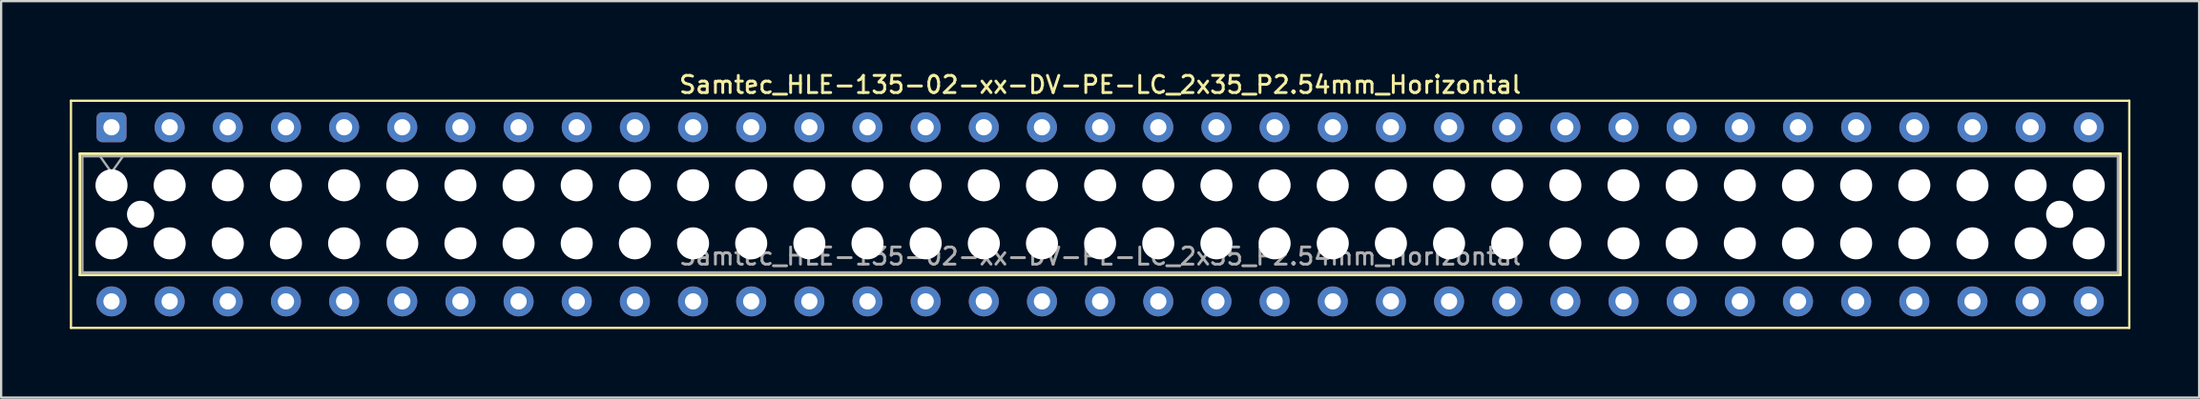
<source format=kicad_pcb>
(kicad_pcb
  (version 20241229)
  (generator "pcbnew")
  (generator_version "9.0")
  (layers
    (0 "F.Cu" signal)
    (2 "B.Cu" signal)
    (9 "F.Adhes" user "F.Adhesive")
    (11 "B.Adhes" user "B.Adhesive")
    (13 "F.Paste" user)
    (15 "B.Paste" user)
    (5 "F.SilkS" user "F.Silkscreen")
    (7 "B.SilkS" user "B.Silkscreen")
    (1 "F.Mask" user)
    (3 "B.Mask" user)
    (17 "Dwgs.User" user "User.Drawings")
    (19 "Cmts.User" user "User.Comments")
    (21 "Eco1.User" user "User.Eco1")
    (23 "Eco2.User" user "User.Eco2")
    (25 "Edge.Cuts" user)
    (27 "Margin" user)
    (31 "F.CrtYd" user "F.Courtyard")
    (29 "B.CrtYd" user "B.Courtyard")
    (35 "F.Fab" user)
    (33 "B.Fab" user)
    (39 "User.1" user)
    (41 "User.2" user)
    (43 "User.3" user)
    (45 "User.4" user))
  (footprint "Samtec_HLE-135-02-xx-DV-PE-LC_2x35_P2.54mm_Horizontal"
    (layer "F.Cu")
    (at 1.82 2.518)
    (property "Reference" "Samtec_HLE-135-02-xx-DV-PE-LC_2x35_P2.54mm_Horizontal" (at 43.18 -1.86 0) (layer "F.SilkS") (effects (font (size 0.75 0.75) (thickness 0.125))))
    (attr through_hole)
    (fp_line (start -1.77 -1.16) (end 88.13 -1.16) (stroke (width 0.1) (type solid)) (layer "F.SilkS"))
    (fp_line (start -1.77 8.78) (end -1.77 -1.16) (stroke (width 0.1) (type solid)) (layer "F.SilkS"))
    (fp_line (start -1.38 1.16) (end 87.74 1.16) (stroke (width 0.12) (type solid)) (layer "F.SilkS"))
    (fp_line (start -1.38 6.46) (end -1.38 1.16) (stroke (width 0.12) (type solid)) (layer "F.SilkS"))
    (fp_line (start 87.74 1.16) (end 87.74 6.46) (stroke (width 0.12) (type solid)) (layer "F.SilkS"))
    (fp_line (start 87.74 6.46) (end -1.38 6.46) (stroke (width 0.12) (type solid)) (layer "F.SilkS"))
    (fp_line (start 88.13 -1.16) (end 88.13 8.78) (stroke (width 0.1) (type solid)) (layer "F.SilkS"))
    (fp_line (start 88.13 8.78) (end -1.77 8.78) (stroke (width 0.1) (type solid)) (layer "F.SilkS"))
    (fp_line (start -1.27 1.27) (end 87.63 1.27) (stroke (width 0.1) (type solid)) (layer "F.Fab"))
    (fp_line (start -1.27 6.35) (end -1.27 1.27) (stroke (width 0.1) (type solid)) (layer "F.Fab"))
    (fp_line (start -0.5 1.27) (end 0 1.977) (stroke (width 0.1) (type solid)) (layer "F.Fab"))
    (fp_line (start 0 1.977) (end 0.5 1.27) (stroke (width 0.1) (type solid)) (layer "F.Fab"))
    (fp_line (start 87.63 1.27) (end 87.63 6.35) (stroke (width 0.1) (type solid)) (layer "F.Fab"))
    (fp_line (start 87.63 6.35) (end -1.27 6.35) (stroke (width 0.1) (type solid)) (layer "F.Fab"))
    (fp_text user "${REFERENCE}" (at 43.18 5.65 0) (layer "F.Fab") (effects (font (size 0.75 0.75) (thickness 0.125))))
    (pad "" np_thru_hole circle (at 0 2.54) (size 1.4 1.4) (drill 1.4) (layers "*.Cu" "*.Mask"))
    (pad "" np_thru_hole circle (at 0 5.08) (size 1.4 1.4) (drill 1.4) (layers "*.Cu" "*.Mask"))
    (pad "" np_thru_hole circle (at 1.27 3.81) (size 1.19 1.19) (drill 1.19) (layers "*.Cu" "*.Mask"))
    (pad "" np_thru_hole circle (at 2.54 2.54) (size 1.4 1.4) (drill 1.4) (layers "*.Cu" "*.Mask"))
    (pad "" np_thru_hole circle (at 2.54 5.08) (size 1.4 1.4) (drill 1.4) (layers "*.Cu" "*.Mask"))
    (pad "" np_thru_hole circle (at 5.08 2.54) (size 1.4 1.4) (drill 1.4) (layers "*.Cu" "*.Mask"))
    (pad "" np_thru_hole circle (at 5.08 5.08) (size 1.4 1.4) (drill 1.4) (layers "*.Cu" "*.Mask"))
    (pad "" np_thru_hole circle (at 7.62 2.54) (size 1.4 1.4) (drill 1.4) (layers "*.Cu" "*.Mask"))
    (pad "" np_thru_hole circle (at 7.62 5.08) (size 1.4 1.4) (drill 1.4) (layers "*.Cu" "*.Mask"))
    (pad "" np_thru_hole circle (at 10.16 2.54) (size 1.4 1.4) (drill 1.4) (layers "*.Cu" "*.Mask"))
    (pad "" np_thru_hole circle (at 10.16 5.08) (size 1.4 1.4) (drill 1.4) (layers "*.Cu" "*.Mask"))
    (pad "" np_thru_hole circle (at 12.7 2.54) (size 1.4 1.4) (drill 1.4) (layers "*.Cu" "*.Mask"))
    (pad "" np_thru_hole circle (at 12.7 5.08) (size 1.4 1.4) (drill 1.4) (layers "*.Cu" "*.Mask"))
    (pad "" np_thru_hole circle (at 15.24 2.54) (size 1.4 1.4) (drill 1.4) (layers "*.Cu" "*.Mask"))
    (pad "" np_thru_hole circle (at 15.24 5.08) (size 1.4 1.4) (drill 1.4) (layers "*.Cu" "*.Mask"))
    (pad "" np_thru_hole circle (at 17.78 2.54) (size 1.4 1.4) (drill 1.4) (layers "*.Cu" "*.Mask"))
    (pad "" np_thru_hole circle (at 17.78 5.08) (size 1.4 1.4) (drill 1.4) (layers "*.Cu" "*.Mask"))
    (pad "" np_thru_hole circle (at 20.32 2.54) (size 1.4 1.4) (drill 1.4) (layers "*.Cu" "*.Mask"))
    (pad "" np_thru_hole circle (at 20.32 5.08) (size 1.4 1.4) (drill 1.4) (layers "*.Cu" "*.Mask"))
    (pad "" np_thru_hole circle (at 22.86 2.54) (size 1.4 1.4) (drill 1.4) (layers "*.Cu" "*.Mask"))
    (pad "" np_thru_hole circle (at 22.86 5.08) (size 1.4 1.4) (drill 1.4) (layers "*.Cu" "*.Mask"))
    (pad "" np_thru_hole circle (at 25.4 2.54) (size 1.4 1.4) (drill 1.4) (layers "*.Cu" "*.Mask"))
    (pad "" np_thru_hole circle (at 25.4 5.08) (size 1.4 1.4) (drill 1.4) (layers "*.Cu" "*.Mask"))
    (pad "" np_thru_hole circle (at 27.94 2.54) (size 1.4 1.4) (drill 1.4) (layers "*.Cu" "*.Mask"))
    (pad "" np_thru_hole circle (at 27.94 5.08) (size 1.4 1.4) (drill 1.4) (layers "*.Cu" "*.Mask"))
    (pad "" np_thru_hole circle (at 30.48 2.54) (size 1.4 1.4) (drill 1.4) (layers "*.Cu" "*.Mask"))
    (pad "" np_thru_hole circle (at 30.48 5.08) (size 1.4 1.4) (drill 1.4) (layers "*.Cu" "*.Mask"))
    (pad "" np_thru_hole circle (at 33.02 2.54) (size 1.4 1.4) (drill 1.4) (layers "*.Cu" "*.Mask"))
    (pad "" np_thru_hole circle (at 33.02 5.08) (size 1.4 1.4) (drill 1.4) (layers "*.Cu" "*.Mask"))
    (pad "" np_thru_hole circle (at 35.56 2.54) (size 1.4 1.4) (drill 1.4) (layers "*.Cu" "*.Mask"))
    (pad "" np_thru_hole circle (at 35.56 5.08) (size 1.4 1.4) (drill 1.4) (layers "*.Cu" "*.Mask"))
    (pad "" np_thru_hole circle (at 38.1 2.54) (size 1.4 1.4) (drill 1.4) (layers "*.Cu" "*.Mask"))
    (pad "" np_thru_hole circle (at 38.1 5.08) (size 1.4 1.4) (drill 1.4) (layers "*.Cu" "*.Mask"))
    (pad "" np_thru_hole circle (at 40.64 2.54) (size 1.4 1.4) (drill 1.4) (layers "*.Cu" "*.Mask"))
    (pad "" np_thru_hole circle (at 40.64 5.08) (size 1.4 1.4) (drill 1.4) (layers "*.Cu" "*.Mask"))
    (pad "" np_thru_hole circle (at 43.18 2.54) (size 1.4 1.4) (drill 1.4) (layers "*.Cu" "*.Mask"))
    (pad "" np_thru_hole circle (at 43.18 5.08) (size 1.4 1.4) (drill 1.4) (layers "*.Cu" "*.Mask"))
    (pad "" np_thru_hole circle (at 45.72 2.54) (size 1.4 1.4) (drill 1.4) (layers "*.Cu" "*.Mask"))
    (pad "" np_thru_hole circle (at 45.72 5.08) (size 1.4 1.4) (drill 1.4) (layers "*.Cu" "*.Mask"))
    (pad "" np_thru_hole circle (at 48.26 2.54) (size 1.4 1.4) (drill 1.4) (layers "*.Cu" "*.Mask"))
    (pad "" np_thru_hole circle (at 48.26 5.08) (size 1.4 1.4) (drill 1.4) (layers "*.Cu" "*.Mask"))
    (pad "" np_thru_hole circle (at 50.8 2.54) (size 1.4 1.4) (drill 1.4) (layers "*.Cu" "*.Mask"))
    (pad "" np_thru_hole circle (at 50.8 5.08) (size 1.4 1.4) (drill 1.4) (layers "*.Cu" "*.Mask"))
    (pad "" np_thru_hole circle (at 53.34 2.54) (size 1.4 1.4) (drill 1.4) (layers "*.Cu" "*.Mask"))
    (pad "" np_thru_hole circle (at 53.34 5.08) (size 1.4 1.4) (drill 1.4) (layers "*.Cu" "*.Mask"))
    (pad "" np_thru_hole circle (at 55.88 2.54) (size 1.4 1.4) (drill 1.4) (layers "*.Cu" "*.Mask"))
    (pad "" np_thru_hole circle (at 55.88 5.08) (size 1.4 1.4) (drill 1.4) (layers "*.Cu" "*.Mask"))
    (pad "" np_thru_hole circle (at 58.42 2.54) (size 1.4 1.4) (drill 1.4) (layers "*.Cu" "*.Mask"))
    (pad "" np_thru_hole circle (at 58.42 5.08) (size 1.4 1.4) (drill 1.4) (layers "*.Cu" "*.Mask"))
    (pad "" np_thru_hole circle (at 60.96 2.54) (size 1.4 1.4) (drill 1.4) (layers "*.Cu" "*.Mask"))
    (pad "" np_thru_hole circle (at 60.96 5.08) (size 1.4 1.4) (drill 1.4) (layers "*.Cu" "*.Mask"))
    (pad "" np_thru_hole circle (at 63.5 2.54) (size 1.4 1.4) (drill 1.4) (layers "*.Cu" "*.Mask"))
    (pad "" np_thru_hole circle (at 63.5 5.08) (size 1.4 1.4) (drill 1.4) (layers "*.Cu" "*.Mask"))
    (pad "" np_thru_hole circle (at 66.04 2.54) (size 1.4 1.4) (drill 1.4) (layers "*.Cu" "*.Mask"))
    (pad "" np_thru_hole circle (at 66.04 5.08) (size 1.4 1.4) (drill 1.4) (layers "*.Cu" "*.Mask"))
    (pad "" np_thru_hole circle (at 68.58 2.54) (size 1.4 1.4) (drill 1.4) (layers "*.Cu" "*.Mask"))
    (pad "" np_thru_hole circle (at 68.58 5.08) (size 1.4 1.4) (drill 1.4) (layers "*.Cu" "*.Mask"))
    (pad "" np_thru_hole circle (at 71.12 2.54) (size 1.4 1.4) (drill 1.4) (layers "*.Cu" "*.Mask"))
    (pad "" np_thru_hole circle (at 71.12 5.08) (size 1.4 1.4) (drill 1.4) (layers "*.Cu" "*.Mask"))
    (pad "" np_thru_hole circle (at 73.66 2.54) (size 1.4 1.4) (drill 1.4) (layers "*.Cu" "*.Mask"))
    (pad "" np_thru_hole circle (at 73.66 5.08) (size 1.4 1.4) (drill 1.4) (layers "*.Cu" "*.Mask"))
    (pad "" np_thru_hole circle (at 76.2 2.54) (size 1.4 1.4) (drill 1.4) (layers "*.Cu" "*.Mask"))
    (pad "" np_thru_hole circle (at 76.2 5.08) (size 1.4 1.4) (drill 1.4) (layers "*.Cu" "*.Mask"))
    (pad "" np_thru_hole circle (at 78.74 2.54) (size 1.4 1.4) (drill 1.4) (layers "*.Cu" "*.Mask"))
    (pad "" np_thru_hole circle (at 78.74 5.08) (size 1.4 1.4) (drill 1.4) (layers "*.Cu" "*.Mask"))
    (pad "" np_thru_hole circle (at 81.28 2.54) (size 1.4 1.4) (drill 1.4) (layers "*.Cu" "*.Mask"))
    (pad "" np_thru_hole circle (at 81.28 5.08) (size 1.4 1.4) (drill 1.4) (layers "*.Cu" "*.Mask"))
    (pad "" np_thru_hole circle (at 83.82 2.54) (size 1.4 1.4) (drill 1.4) (layers "*.Cu" "*.Mask"))
    (pad "" np_thru_hole circle (at 83.82 5.08) (size 1.4 1.4) (drill 1.4) (layers "*.Cu" "*.Mask"))
    (pad "" np_thru_hole circle (at 85.09 3.81) (size 1.19 1.19) (drill 1.19) (layers "*.Cu" "*.Mask"))
    (pad "" np_thru_hole circle (at 86.36 2.54) (size 1.4 1.4) (drill 1.4) (layers "*.Cu" "*.Mask"))
    (pad "" np_thru_hole circle (at 86.36 5.08) (size 1.4 1.4) (drill 1.4) (layers "*.Cu" "*.Mask"))
    (pad "1" thru_hole roundrect (at 0 0) (size 1.31 1.31) (drill 0.71) (layers "*.Cu" "*.Mask") (roundrect_rratio 0.191))
    (pad "2" thru_hole circle (at 0 7.62) (size 1.31 1.31) (drill 0.71) (layers "*.Cu" "*.Mask"))
    (pad "3" thru_hole circle (at 2.54 0) (size 1.31 1.31) (drill 0.71) (layers "*.Cu" "*.Mask"))
    (pad "4" thru_hole circle (at 2.54 7.62) (size 1.31 1.31) (drill 0.71) (layers "*.Cu" "*.Mask"))
    (pad "5" thru_hole circle (at 5.08 0) (size 1.31 1.31) (drill 0.71) (layers "*.Cu" "*.Mask"))
    (pad "6" thru_hole circle (at 5.08 7.62) (size 1.31 1.31) (drill 0.71) (layers "*.Cu" "*.Mask"))
    (pad "7" thru_hole circle (at 7.62 0) (size 1.31 1.31) (drill 0.71) (layers "*.Cu" "*.Mask"))
    (pad "8" thru_hole circle (at 7.62 7.62) (size 1.31 1.31) (drill 0.71) (layers "*.Cu" "*.Mask"))
    (pad "9" thru_hole circle (at 10.16 0) (size 1.31 1.31) (drill 0.71) (layers "*.Cu" "*.Mask"))
    (pad "10" thru_hole circle (at 10.16 7.62) (size 1.31 1.31) (drill 0.71) (layers "*.Cu" "*.Mask"))
    (pad "11" thru_hole circle (at 12.7 0) (size 1.31 1.31) (drill 0.71) (layers "*.Cu" "*.Mask"))
    (pad "12" thru_hole circle (at 12.7 7.62) (size 1.31 1.31) (drill 0.71) (layers "*.Cu" "*.Mask"))
    (pad "13" thru_hole circle (at 15.24 0) (size 1.31 1.31) (drill 0.71) (layers "*.Cu" "*.Mask"))
    (pad "14" thru_hole circle (at 15.24 7.62) (size 1.31 1.31) (drill 0.71) (layers "*.Cu" "*.Mask"))
    (pad "15" thru_hole circle (at 17.78 0) (size 1.31 1.31) (drill 0.71) (layers "*.Cu" "*.Mask"))
    (pad "16" thru_hole circle (at 17.78 7.62) (size 1.31 1.31) (drill 0.71) (layers "*.Cu" "*.Mask"))
    (pad "17" thru_hole circle (at 20.32 0) (size 1.31 1.31) (drill 0.71) (layers "*.Cu" "*.Mask"))
    (pad "18" thru_hole circle (at 20.32 7.62) (size 1.31 1.31) (drill 0.71) (layers "*.Cu" "*.Mask"))
    (pad "19" thru_hole circle (at 22.86 0) (size 1.31 1.31) (drill 0.71) (layers "*.Cu" "*.Mask"))
    (pad "20" thru_hole circle (at 22.86 7.62) (size 1.31 1.31) (drill 0.71) (layers "*.Cu" "*.Mask"))
    (pad "21" thru_hole circle (at 25.4 0) (size 1.31 1.31) (drill 0.71) (layers "*.Cu" "*.Mask"))
    (pad "22" thru_hole circle (at 25.4 7.62) (size 1.31 1.31) (drill 0.71) (layers "*.Cu" "*.Mask"))
    (pad "23" thru_hole circle (at 27.94 0) (size 1.31 1.31) (drill 0.71) (layers "*.Cu" "*.Mask"))
    (pad "24" thru_hole circle (at 27.94 7.62) (size 1.31 1.31) (drill 0.71) (layers "*.Cu" "*.Mask"))
    (pad "25" thru_hole circle (at 30.48 0) (size 1.31 1.31) (drill 0.71) (layers "*.Cu" "*.Mask"))
    (pad "26" thru_hole circle (at 30.48 7.62) (size 1.31 1.31) (drill 0.71) (layers "*.Cu" "*.Mask"))
    (pad "27" thru_hole circle (at 33.02 0) (size 1.31 1.31) (drill 0.71) (layers "*.Cu" "*.Mask"))
    (pad "28" thru_hole circle (at 33.02 7.62) (size 1.31 1.31) (drill 0.71) (layers "*.Cu" "*.Mask"))
    (pad "29" thru_hole circle (at 35.56 0) (size 1.31 1.31) (drill 0.71) (layers "*.Cu" "*.Mask"))
    (pad "30" thru_hole circle (at 35.56 7.62) (size 1.31 1.31) (drill 0.71) (layers "*.Cu" "*.Mask"))
    (pad "31" thru_hole circle (at 38.1 0) (size 1.31 1.31) (drill 0.71) (layers "*.Cu" "*.Mask"))
    (pad "32" thru_hole circle (at 38.1 7.62) (size 1.31 1.31) (drill 0.71) (layers "*.Cu" "*.Mask"))
    (pad "33" thru_hole circle (at 40.64 0) (size 1.31 1.31) (drill 0.71) (layers "*.Cu" "*.Mask"))
    (pad "34" thru_hole circle (at 40.64 7.62) (size 1.31 1.31) (drill 0.71) (layers "*.Cu" "*.Mask"))
    (pad "35" thru_hole circle (at 43.18 0) (size 1.31 1.31) (drill 0.71) (layers "*.Cu" "*.Mask"))
    (pad "36" thru_hole circle (at 43.18 7.62) (size 1.31 1.31) (drill 0.71) (layers "*.Cu" "*.Mask"))
    (pad "37" thru_hole circle (at 45.72 0) (size 1.31 1.31) (drill 0.71) (layers "*.Cu" "*.Mask"))
    (pad "38" thru_hole circle (at 45.72 7.62) (size 1.31 1.31) (drill 0.71) (layers "*.Cu" "*.Mask"))
    (pad "39" thru_hole circle (at 48.26 0) (size 1.31 1.31) (drill 0.71) (layers "*.Cu" "*.Mask"))
    (pad "40" thru_hole circle (at 48.26 7.62) (size 1.31 1.31) (drill 0.71) (layers "*.Cu" "*.Mask"))
    (pad "41" thru_hole circle (at 50.8 0) (size 1.31 1.31) (drill 0.71) (layers "*.Cu" "*.Mask"))
    (pad "42" thru_hole circle (at 50.8 7.62) (size 1.31 1.31) (drill 0.71) (layers "*.Cu" "*.Mask"))
    (pad "43" thru_hole circle (at 53.34 0) (size 1.31 1.31) (drill 0.71) (layers "*.Cu" "*.Mask"))
    (pad "44" thru_hole circle (at 53.34 7.62) (size 1.31 1.31) (drill 0.71) (layers "*.Cu" "*.Mask"))
    (pad "45" thru_hole circle (at 55.88 0) (size 1.31 1.31) (drill 0.71) (layers "*.Cu" "*.Mask"))
    (pad "46" thru_hole circle (at 55.88 7.62) (size 1.31 1.31) (drill 0.71) (layers "*.Cu" "*.Mask"))
    (pad "47" thru_hole circle (at 58.42 0) (size 1.31 1.31) (drill 0.71) (layers "*.Cu" "*.Mask"))
    (pad "48" thru_hole circle (at 58.42 7.62) (size 1.31 1.31) (drill 0.71) (layers "*.Cu" "*.Mask"))
    (pad "49" thru_hole circle (at 60.96 0) (size 1.31 1.31) (drill 0.71) (layers "*.Cu" "*.Mask"))
    (pad "50" thru_hole circle (at 60.96 7.62) (size 1.31 1.31) (drill 0.71) (layers "*.Cu" "*.Mask"))
    (pad "51" thru_hole circle (at 63.5 0) (size 1.31 1.31) (drill 0.71) (layers "*.Cu" "*.Mask"))
    (pad "52" thru_hole circle (at 63.5 7.62) (size 1.31 1.31) (drill 0.71) (layers "*.Cu" "*.Mask"))
    (pad "53" thru_hole circle (at 66.04 0) (size 1.31 1.31) (drill 0.71) (layers "*.Cu" "*.Mask"))
    (pad "54" thru_hole circle (at 66.04 7.62) (size 1.31 1.31) (drill 0.71) (layers "*.Cu" "*.Mask"))
    (pad "55" thru_hole circle (at 68.58 0) (size 1.31 1.31) (drill 0.71) (layers "*.Cu" "*.Mask"))
    (pad "56" thru_hole circle (at 68.58 7.62) (size 1.31 1.31) (drill 0.71) (layers "*.Cu" "*.Mask"))
    (pad "57" thru_hole circle (at 71.12 0) (size 1.31 1.31) (drill 0.71) (layers "*.Cu" "*.Mask"))
    (pad "58" thru_hole circle (at 71.12 7.62) (size 1.31 1.31) (drill 0.71) (layers "*.Cu" "*.Mask"))
    (pad "59" thru_hole circle (at 73.66 0) (size 1.31 1.31) (drill 0.71) (layers "*.Cu" "*.Mask"))
    (pad "60" thru_hole circle (at 73.66 7.62) (size 1.31 1.31) (drill 0.71) (layers "*.Cu" "*.Mask"))
    (pad "61" thru_hole circle (at 76.2 0) (size 1.31 1.31) (drill 0.71) (layers "*.Cu" "*.Mask"))
    (pad "62" thru_hole circle (at 76.2 7.62) (size 1.31 1.31) (drill 0.71) (layers "*.Cu" "*.Mask"))
    (pad "63" thru_hole circle (at 78.74 0) (size 1.31 1.31) (drill 0.71) (layers "*.Cu" "*.Mask"))
    (pad "64" thru_hole circle (at 78.74 7.62) (size 1.31 1.31) (drill 0.71) (layers "*.Cu" "*.Mask"))
    (pad "65" thru_hole circle (at 81.28 0) (size 1.31 1.31) (drill 0.71) (layers "*.Cu" "*.Mask"))
    (pad "66" thru_hole circle (at 81.28 7.62) (size 1.31 1.31) (drill 0.71) (layers "*.Cu" "*.Mask"))
    (pad "67" thru_hole circle (at 83.82 0) (size 1.31 1.31) (drill 0.71) (layers "*.Cu" "*.Mask"))
    (pad "68" thru_hole circle (at 83.82 7.62) (size 1.31 1.31) (drill 0.71) (layers "*.Cu" "*.Mask"))
    (pad "69" thru_hole circle (at 86.36 0) (size 1.31 1.31) (drill 0.71) (layers "*.Cu" "*.Mask"))
    (pad "70" thru_hole circle (at 86.36 7.62) (size 1.31 1.31) (drill 0.71) (layers "*.Cu" "*.Mask")))
  (gr_rect
    (start -3 -3)
    (end 93 14.348)
    (stroke (width 0.1) (type default))
    (fill no)
    (layer "Edge.Cuts")))
</source>
